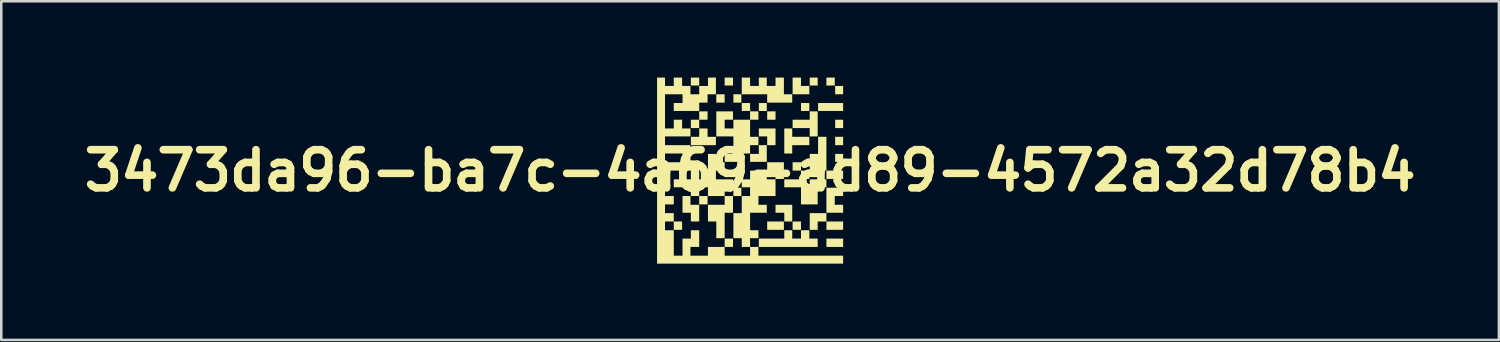
<source format=kicad_pcb>
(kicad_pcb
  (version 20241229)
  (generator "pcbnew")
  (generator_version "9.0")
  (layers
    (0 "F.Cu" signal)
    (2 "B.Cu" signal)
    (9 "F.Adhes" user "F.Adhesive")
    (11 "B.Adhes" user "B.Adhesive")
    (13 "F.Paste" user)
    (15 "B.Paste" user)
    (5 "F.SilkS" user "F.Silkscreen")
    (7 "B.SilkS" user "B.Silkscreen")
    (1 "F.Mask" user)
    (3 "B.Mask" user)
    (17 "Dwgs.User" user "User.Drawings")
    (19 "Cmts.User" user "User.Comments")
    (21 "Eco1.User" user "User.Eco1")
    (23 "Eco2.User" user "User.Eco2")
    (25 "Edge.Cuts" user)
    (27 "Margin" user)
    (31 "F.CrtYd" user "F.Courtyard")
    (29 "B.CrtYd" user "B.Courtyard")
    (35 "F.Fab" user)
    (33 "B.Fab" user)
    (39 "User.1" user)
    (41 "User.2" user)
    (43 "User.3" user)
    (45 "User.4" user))
  (footprint "3473da96-ba7c-4a69-ad89-4572a32d78b4"
    (layer "F.Cu")
    (at 26.443 3.658)
    (property "Reference" "3473da96-ba7c-4a69-ad89-4572a32d78b4" (at 0 0 0) (layer "F.SilkS") (effects (font (size 1.5 1.5) (thickness 0.3))))
    (attr board_only exclude_from_pos_files exclude_from_bom)
    (fp_poly (pts (xy -2.673 2.165) (xy -2.673 2.329) (xy -2.837 2.329) (xy -3.001 2.329) (xy -3.001 2.165) (xy -3.001 2.001) (xy -2.837 2.001) (xy -2.673 2.001)) (stroke (width 0) (type solid)) (fill yes) (layer "F.SilkS"))
    (fp_poly (pts (xy -2.001 -3.501) (xy -2.001 -3.345) (xy -2.165 -3.345) (xy -2.329 -3.345) (xy -2.329 -3.501) (xy -2.329 -3.658) (xy -2.165 -3.658) (xy -2.001 -3.658)) (stroke (width 0) (type solid)) (fill yes) (layer "F.SilkS"))
    (fp_poly (pts (xy -1.672 1.164) (xy -1.672 1.329) (xy -1.837 1.329) (xy -2.001 1.329) (xy -2.001 1.164) (xy -2.001 1) (xy -1.837 1) (xy -1.672 1)) (stroke (width 0) (type solid)) (fill yes) (layer "F.SilkS"))
    (fp_poly (pts (xy -1 -2.837) (xy -1 -2.673) (xy -1.164 -2.673) (xy -1.329 -2.673) (xy -1.329 -2.837) (xy -1.329 -3.001) (xy -1.164 -3.001) (xy -1 -3.001)) (stroke (width 0) (type solid)) (fill yes) (layer "F.SilkS"))
    (fp_poly (pts (xy -0.672 -3.501) (xy -0.672 -3.345) (xy -0.836 -3.345) (xy -1 -3.345) (xy -1 -3.501) (xy -1 -3.658) (xy -0.836 -3.658) (xy -0.672 -3.658)) (stroke (width 0) (type solid)) (fill yes) (layer "F.SilkS"))
    (fp_poly (pts (xy -0.344 -2.837) (xy -0.344 -2.673) (xy -0.5 -2.673) (xy -0.656 -2.673) (xy -0.656 -2.837) (xy -0.656 -3.001) (xy -0.5 -3.001) (xy -0.344 -3.001)) (stroke (width 0) (type solid)) (fill yes) (layer "F.SilkS"))
    (fp_poly (pts (xy -0.344 0.836) (xy -0.344 1) (xy -0.5 1) (xy -0.656 1) (xy -0.656 0.836) (xy -0.656 0.672) (xy -0.5 0.672) (xy -0.344 0.672)) (stroke (width 0) (type solid)) (fill yes) (layer "F.SilkS"))
    (fp_poly (pts (xy -0.000001 -2.501) (xy -0.000001 -2.345) (xy -0.164 -2.345) (xy -0.328 -2.345) (xy -0.328 -2.501) (xy -0.328 -2.657) (xy -0.164 -2.657) (xy -0.000001 -2.657)) (stroke (width 0) (type solid)) (fill yes) (layer "F.SilkS"))
    (fp_poly (pts (xy 0.656 -2.501) (xy 0.656 -2.345) (xy 0.5 -2.345) (xy 0.344 -2.345) (xy 0.344 -2.501) (xy 0.344 -2.657) (xy 0.5 -2.657) (xy 0.656 -2.657)) (stroke (width 0) (type solid)) (fill yes) (layer "F.SilkS"))
    (fp_poly (pts (xy 1 -2.165) (xy 1 -2.001) (xy 0.836 -2.001) (xy 0.672 -2.001) (xy 0.672 -2.165) (xy 0.672 -2.329) (xy 0.836 -2.329) (xy 1 -2.329)) (stroke (width 0) (type solid)) (fill yes) (layer "F.SilkS"))
    (fp_poly (pts (xy 1.329 2.165) (xy 1.329 2.329) (xy 1 2.329) (xy 0.672 2.329) (xy 0.672 2.165) (xy 0.672 2.001) (xy 1 2.001) (xy 1.329 2.001)) (stroke (width 0) (type solid)) (fill yes) (layer "F.SilkS"))
    (fp_poly (pts (xy 2.001 -0.164) (xy 2.001 -0.000001) (xy 1.837 -0.000001) (xy 1.672 -0.000001) (xy 1.672 -0.164) (xy 1.672 -0.328) (xy 1.837 -0.328) (xy 2.001 -0.328)) (stroke (width 0) (type solid)) (fill yes) (layer "F.SilkS"))
    (fp_poly (pts (xy 2.001 0.5) (xy 2.001 0.656) (xy 1.672 0.656) (xy 1.344 0.656) (xy 1.344 0.5) (xy 1.344 0.344) (xy 1.672 0.344) (xy 2.001 0.344)) (stroke (width 0) (type solid)) (fill yes) (layer "F.SilkS"))
    (fp_poly (pts (xy 2.001 2.165) (xy 2.001 2.329) (xy 1.837 2.329) (xy 1.672 2.329) (xy 1.672 2.165) (xy 1.672 2.001) (xy 1.837 2.001) (xy 2.001 2.001)) (stroke (width 0) (type solid)) (fill yes) (layer "F.SilkS"))
    (fp_poly (pts (xy 2.329 -2.501) (xy 2.329 -2.345) (xy 2.165 -2.345) (xy 2.001 -2.345) (xy 2.001 -2.501) (xy 2.001 -2.657) (xy 2.165 -2.657) (xy 2.329 -2.657)) (stroke (width 0) (type solid)) (fill yes) (layer "F.SilkS"))
    (fp_poly (pts (xy 2.329 0.164) (xy 2.329 0.328) (xy 2.165 0.328) (xy 2.001 0.328) (xy 2.001 0.164) (xy 2.001 -0.000001) (xy 2.165 -0.000001) (xy 2.329 -0.000001)) (stroke (width 0) (type solid)) (fill yes) (layer "F.SilkS"))
    (fp_poly (pts (xy 2.657 -3.501) (xy 2.657 -3.345) (xy 2.501 -3.345) (xy 2.345 -3.345) (xy 2.345 -3.501) (xy 2.345 -3.658) (xy 2.501 -3.658) (xy 2.657 -3.658)) (stroke (width 0) (type solid)) (fill yes) (layer "F.SilkS"))
    (fp_poly (pts (xy 3.329 -3.501) (xy 3.329 -3.345) (xy 3.165 -3.345) (xy 3.001 -3.345) (xy 3.001 -3.501) (xy 3.001 -3.658) (xy 3.165 -3.658) (xy 3.329 -3.658)) (stroke (width 0) (type solid)) (fill yes) (layer "F.SilkS"))
    (fp_poly (pts (xy 3.658 -3.165) (xy 3.658 -3.001) (xy 3.501 -3.001) (xy 3.345 -3.001) (xy 3.345 -3.165) (xy 3.345 -3.329) (xy 3.501 -3.329) (xy 3.658 -3.329)) (stroke (width 0) (type solid)) (fill yes) (layer "F.SilkS"))
    (fp_poly (pts (xy 3.658 -2.501) (xy 3.658 -2.345) (xy 3.165 -2.345) (xy 2.673 -2.345) (xy 2.673 -2.501) (xy 2.673 -2.657) (xy 3.165 -2.657) (xy 3.658 -2.657)) (stroke (width 0) (type solid)) (fill yes) (layer "F.SilkS"))
    (fp_poly (pts (xy 3.658 -1.837) (xy 3.658 -1.672) (xy 3.501 -1.672) (xy 3.345 -1.672) (xy 3.345 -1.837) (xy 3.345 -2.001) (xy 3.501 -2.001) (xy 3.658 -2.001)) (stroke (width 0) (type solid)) (fill yes) (layer "F.SilkS"))
    (fp_poly (pts (xy 3.658 -1.164) (xy 3.658 -1) (xy 3.501 -1) (xy 3.345 -1) (xy 3.345 -1.164) (xy 3.345 -1.329) (xy 3.501 -1.329) (xy 3.658 -1.329)) (stroke (width 0) (type solid)) (fill yes) (layer "F.SilkS"))
    (fp_poly (pts (xy 3.658 -0.5) (xy 3.658 -0.344) (xy 3.501 -0.344) (xy 3.345 -0.344) (xy 3.345 -0.5) (xy 3.345 -0.656) (xy 3.501 -0.656) (xy 3.658 -0.656)) (stroke (width 0) (type solid)) (fill yes) (layer "F.SilkS"))
    (fp_poly (pts (xy 3.658 0.164) (xy 3.658 0.328) (xy 3.329 0.328) (xy 3.001 0.328) (xy 3.001 0.164) (xy 3.001 -0.000001) (xy 3.329 -0.000001) (xy 3.658 -0.000001)) (stroke (width 0) (type solid)) (fill yes) (layer "F.SilkS"))
    (fp_poly (pts (xy 3.658 2.165) (xy 3.658 2.329) (xy 3.329 2.329) (xy 3.001 2.329) (xy 3.001 2.165) (xy 3.001 2.001) (xy 3.329 2.001) (xy 3.658 2.001)) (stroke (width 0) (type solid)) (fill yes) (layer "F.SilkS"))
    (fp_poly (pts (xy 3.658 2.837) (xy 3.658 3.001) (xy 3.329 3.001) (xy 3.001 3.001) (xy 3.001 2.837) (xy 3.001 2.673) (xy 3.329 2.673) (xy 3.658 2.673)) (stroke (width 0) (type solid)) (fill yes) (layer "F.SilkS"))
    (fp_poly (pts (xy 0.656 -0.672) (xy 0.656 -0.344) (xy 0.328 -0.344) (xy -0.000001 -0.344) (xy -0.000001 -0.5) (xy -0.000001 -0.656) (xy 0.172 -0.656) (xy 0.344 -0.656) (xy 0.344 -0.828) (xy 0.344 -1) (xy 0.5 -1) (xy 0.656 -1)) (stroke (width 0) (type solid)) (fill yes) (layer "F.SilkS"))
    (fp_poly (pts (xy 1 -1.329) (xy 1 -1) (xy 0.836 -1) (xy 0.672 -1) (xy 0.672 -1.172) (xy 0.672 -1.344) (xy 0.508 -1.344) (xy 0.344 -1.344) (xy 0.344 -1.501) (xy 0.344 -1.657) (xy 0.672 -1.657) (xy 1 -1.657)) (stroke (width 0) (type solid)) (fill yes) (layer "F.SilkS"))
    (fp_poly (pts (xy 1.329 -0.000001) (xy 1.329 0.328) (xy 1.164 0.328) (xy 1 0.328) (xy 1 0.164) (xy 1 -0.000001) (xy 0.836 -0.000001) (xy 0.672 -0.000001) (xy 0.672 -0.164) (xy 0.672 -0.328) (xy 1 -0.328) (xy 1.329 -0.328)) (stroke (width 0) (type solid)) (fill yes) (layer "F.SilkS"))
    (fp_poly (pts (xy 1.657 1.672) (xy 1.657 2.001) (xy 1.501 2.001) (xy 1.344 2.001) (xy 1.344 1.829) (xy 1.344 1.657) (xy 1.172 1.657) (xy 1 1.657) (xy 1 1.501) (xy 1 1.344) (xy 1.329 1.344) (xy 1.657 1.344)) (stroke (width 0) (type solid)) (fill yes) (layer "F.SilkS"))
    (fp_poly (pts (xy 2.001 -3.493) (xy 2.001 -3.329) (xy 2.165 -3.329) (xy 2.329 -3.329) (xy 2.329 -3.165) (xy 2.329 -3.001) (xy 2.001 -3.001) (xy 1.672 -3.001) (xy 1.672 -3.329) (xy 1.672 -3.658) (xy 1.837 -3.658) (xy 2.001 -3.658)) (stroke (width 0) (type solid)) (fill yes) (layer "F.SilkS"))
    (fp_poly (pts (xy 3.001 -0.664) (xy 3.001 -0.000001) (xy 2.673 -0.000001) (xy 2.345 -0.000001) (xy 2.345 -0.328) (xy 2.345 -0.656) (xy 2.509 -0.656) (xy 2.673 -0.656) (xy 2.673 -0.993) (xy 2.673 -1.329) (xy 2.837 -1.329) (xy 3.001 -1.329)) (stroke (width 0) (type solid)) (fill yes) (layer "F.SilkS"))
    (fp_poly (pts (xy 3.001 1.837) (xy 3.001 2.001) (xy 2.829 2.001) (xy 2.657 2.001) (xy 2.657 2.165) (xy 2.657 2.329) (xy 2.501 2.329) (xy 2.345 2.329) (xy 2.345 2.001) (xy 2.345 1.672) (xy 2.673 1.672) (xy 3.001 1.672)) (stroke (width 0) (type solid)) (fill yes) (layer "F.SilkS"))
    (fp_poly (pts (xy -2.345 1.172) (xy -2.345 1.344) (xy -2.173 1.344) (xy -2.001 1.344) (xy -2.001 1.672) (xy -2.001 2.001) (xy -2.165 2.001) (xy -2.329 2.001) (xy -2.329 1.829) (xy -2.329 1.657) (xy -2.493 1.657) (xy -2.657 1.657) (xy -2.657 1.329) (xy -2.657 1) (xy -2.501 1) (xy -2.345 1)) (stroke (width 0) (type solid)) (fill yes) (layer "F.SilkS"))
    (fp_poly (pts (xy -1.672 -2.165) (xy -1.672 -2.001) (xy -1.837 -2.001) (xy -2.001 -2.001) (xy -2.001 -1.837) (xy -2.001 -1.672) (xy -2.165 -1.672) (xy -2.329 -1.672) (xy -2.329 -1.837) (xy -2.329 -2.001) (xy -2.165 -2.001) (xy -2.001 -2.001) (xy -2.001 -2.165) (xy -2.001 -2.329) (xy -1.837 -2.329) (xy -1.672 -2.329)) (stroke (width 0) (type solid)) (fill yes) (layer "F.SilkS"))
    (fp_poly (pts (xy -1.672 -1.493) (xy -1.672 -1.329) (xy -1.508 -1.329) (xy -1.344 -1.329) (xy -1.344 -1.164) (xy -1.344 -1) (xy -1.837 -1) (xy -2.329 -1) (xy -2.329 -1.164) (xy -2.329 -1.329) (xy -2.165 -1.329) (xy -2.001 -1.329) (xy -2.001 -1.493) (xy -2.001 -1.657) (xy -1.837 -1.657) (xy -1.672 -1.657)) (stroke (width 0) (type solid)) (fill yes) (layer "F.SilkS"))
    (fp_poly (pts (xy 1.657 -1.493) (xy 1.657 -1.329) (xy 1.993 -1.329) (xy 2.329 -1.329) (xy 2.329 -1.164) (xy 2.329 -1) (xy 1.993 -1) (xy 1.657 -1) (xy 1.657 -0.836) (xy 1.657 -0.672) (xy 1.501 -0.672) (xy 1.344 -0.672) (xy 1.344 -1.164) (xy 1.344 -1.657) (xy 1.501 -1.657) (xy 1.657 -1.657)) (stroke (width 0) (type solid)) (fill yes) (layer "F.SilkS"))
    (fp_poly (pts (xy 2.657 -1.837) (xy 2.657 -1.344) (xy 2.501 -1.344) (xy 2.345 -1.344) (xy 2.345 -1.508) (xy 2.345 -1.672) (xy 2.009 -1.672) (xy 1.672 -1.672) (xy 1.672 -1.837) (xy 1.672 -2.001) (xy 2.009 -2.001) (xy 2.345 -2.001) (xy 2.345 -2.165) (xy 2.345 -2.329) (xy 2.501 -2.329) (xy 2.657 -2.329)) (stroke (width 0) (type solid)) (fill yes) (layer "F.SilkS"))
    (fp_poly (pts (xy 3.001 0.5) (xy 3.001 0.656) (xy 2.829 0.656) (xy 2.657 0.656) (xy 2.657 0.993) (xy 2.657 1.329) (xy 2.329 1.329) (xy 2.001 1.329) (xy 2.001 1) (xy 2.001 0.672) (xy 2.173 0.672) (xy 2.345 0.672) (xy 2.345 0.508) (xy 2.345 0.344) (xy 2.673 0.344) (xy 3.001 0.344)) (stroke (width 0) (type solid)) (fill yes) (layer "F.SilkS"))
    (fp_poly (pts (xy 3.658 0.836) (xy 3.658 1) (xy 3.493 1) (xy 3.329 1) (xy 3.329 1.172) (xy 3.329 1.344) (xy 3.493 1.344) (xy 3.658 1.344) (xy 3.658 1.501) (xy 3.658 1.657) (xy 3.329 1.657) (xy 3.001 1.657) (xy 3.001 1.164) (xy 3.001 0.672) (xy 3.329 0.672) (xy 3.658 0.672)) (stroke (width 0) (type solid)) (fill yes) (layer "F.SilkS"))
    (fp_poly (pts (xy -0.672 1.329) (xy -0.672 1.657) (xy -0.836 1.657) (xy -1 1.657) (xy -1 2.157) (xy -1 2.657) (xy -1.164 2.657) (xy -1.329 2.657) (xy -1.329 2.329) (xy -1.329 2.001) (xy -1.493 2.001) (xy -1.657 2.001) (xy -1.657 1.672) (xy -1.657 1.344) (xy -1.329 1.344) (xy -1 1.344) (xy -1 1.172) (xy -1 1) (xy -0.836 1) (xy -0.672 1)) (stroke (width 0) (type solid)) (fill yes) (layer "F.SilkS"))
    (fp_poly (pts (xy 1.657 2.509) (xy 1.657 2.673) (xy 1.829 2.673) (xy 2.001 2.673) (xy 2.001 2.509) (xy 2.001 2.345) (xy 2.165 2.345) (xy 2.329 2.345) (xy 2.329 2.509) (xy 2.329 2.673) (xy 2.493 2.673) (xy 2.657 2.673) (xy 2.657 2.837) (xy 2.657 3.001) (xy 1.501 3.001) (xy 0.344 3.001) (xy 0.344 2.837) (xy 0.344 2.673) (xy 0.844 2.673) (xy 1.344 2.673) (xy 1.344 2.509) (xy 1.344 2.345) (xy 1.501 2.345) (xy 1.657 2.345)) (stroke (width 0) (type solid)) (fill yes) (layer "F.SilkS"))
    (fp_poly (pts (xy -0.000001 -3.493) (xy -0.000001 -3.329) (xy 0.172 -3.329) (xy 0.344 -3.329) (xy 0.344 -3.493) (xy 0.344 -3.658) (xy 0.5 -3.658) (xy 0.656 -3.658) (xy 0.656 -3.493) (xy 0.656 -3.329) (xy 0.828 -3.329) (xy 1 -3.329) (xy 1 -3.493) (xy 1 -3.658) (xy 1.164 -3.658) (xy 1.329 -3.658) (xy 1.329 -3.329) (xy 1.329 -3.001) (xy 1.493 -3.001) (xy 1.657 -3.001) (xy 1.657 -2.837) (xy 1.657 -2.673) (xy 1.164 -2.673) (xy 0.672 -2.673) (xy 0.672 -2.837) (xy 0.672 -3.001) (xy 0.172 -3.001) (xy -0.328 -3.001) (xy -0.328 -3.329) (xy -0.328 -3.658) (xy -0.164 -3.658) (xy -0.000001 -3.658)) (stroke (width 0) (type solid)) (fill yes) (layer "F.SilkS"))
    (fp_poly (pts (xy -0.672 -2.165) (xy -0.672 -2.001) (xy -0.836 -2.001) (xy -1 -2.001) (xy -1 -1.829) (xy -1 -1.657) (xy -0.828 -1.657) (xy -0.656 -1.657) (xy -0.656 -1.829) (xy -0.656 -2.001) (xy -0.328 -2.001) (xy -0.000001 -2.001) (xy -0.000001 -2.165) (xy -0.000001 -2.329) (xy 0.164 -2.329) (xy 0.328 -2.329) (xy 0.328 -2.165) (xy 0.328 -2.001) (xy 0.164 -2.001) (xy -0.000001 -2.001) (xy -0.000001 -1.665) (xy -0.000001 -1.329) (xy 0.164 -1.329) (xy 0.328 -1.329) (xy 0.328 -1.164) (xy 0.328 -1) (xy 0.164 -1) (xy -0.000001 -1) (xy -0.000001 -0.836) (xy -0.000001 -0.672) (xy -0.172 -0.672) (xy -0.344 -0.672) (xy -0.344 -0.508) (xy -0.344 -0.344) (xy -0.672 -0.344) (xy -1 -0.344) (xy -1 -0.5) (xy -1 -0.656) (xy -0.828 -0.656) (xy -0.656 -0.656) (xy -0.656 -1) (xy -0.656 -1.344) (xy -0.993 -1.344) (xy -1.329 -1.344) (xy -1.329 -1.837) (xy -1.329 -2.329) (xy -1 -2.329) (xy -0.672 -2.329)) (stroke (width 0) (type solid)) (fill yes) (layer "F.SilkS"))
    (fp_poly (pts (xy 0.656 0.172) (xy 0.656 0.344) (xy 0.828 0.344) (xy 1 0.344) (xy 1 0.672) (xy 1 1) (xy 0.664 1) (xy 0.328 1) (xy 0.328 1.172) (xy 0.328 1.344) (xy 0.492 1.344) (xy 0.656 1.344) (xy 0.656 1.501) (xy 0.656 1.657) (xy 0.328 1.657) (xy -0.000001 1.657) (xy -0.000001 2.001) (xy -0.000001 2.345) (xy 0.164 2.345) (xy 0.328 2.345) (xy 0.328 2.501) (xy 0.328 2.657) (xy 0.164 2.657) (xy -0.000001 2.657) (xy -0.000001 2.829) (xy -0.000001 3.001) (xy -0.164 3.001) (xy -0.328 3.001) (xy -0.328 2.829) (xy -0.328 2.657) (xy -0.492 2.657) (xy -0.656 2.657) (xy -0.656 2.165) (xy -0.656 1.672) (xy -0.492 1.672) (xy -0.328 1.672) (xy -0.328 1.336) (xy -0.328 1) (xy -0.164 1) (xy -0.000001 1) (xy -0.000001 0.828) (xy -0.000001 0.656) (xy -0.164 0.656) (xy -0.328 0.656) (xy -0.328 0.5) (xy -0.328 0.344) (xy -0.164 0.344) (xy -0.000001 0.344) (xy -0.000001 0.172) (xy -0.000001 -0.000001) (xy 0.328 -0.000001) (xy 0.656 -0.000001)) (stroke (width 0) (type solid)) (fill yes) (layer "F.SilkS"))
    (fp_poly (pts (xy -3.345 -3.493) (xy -3.345 -3.329) (xy -3.173 -3.329) (xy -3.001 -3.329) (xy -3.001 -3.493) (xy -3.001 -3.658) (xy -2.837 -3.658) (xy -2.673 -3.658) (xy -2.673 -3.493) (xy -2.673 -3.329) (xy -2.509 -3.329) (xy -2.345 -3.329) (xy -2.345 -3.165) (xy -2.345 -3.001) (xy -2.173 -3.001) (xy -2.001 -3.001) (xy -2.001 -3.165) (xy -2.001 -3.329) (xy -1.829 -3.329) (xy -1.657 -3.329) (xy -1.657 -3.493) (xy -1.657 -3.658) (xy -1.501 -3.658) (xy -1.344 -3.658) (xy -1.344 -3.329) (xy -1.344 -3.001) (xy -1.508 -3.001) (xy -1.672 -3.001) (xy -1.672 -2.837) (xy -1.672 -2.673) (xy -1.837 -2.673) (xy -2.001 -2.673) (xy -2.001 -2.509) (xy -2.001 -2.345) (xy -2.501 -2.345) (xy -3.001 -2.345) (xy -3.001 -2.501) (xy -3.001 -2.657) (xy -2.829 -2.657) (xy -2.657 -2.657) (xy -2.657 -2.829) (xy -2.657 -3.001) (xy -3.001 -3.001) (xy -3.345 -3.001) (xy -3.345 -2.329) (xy -3.345 -1.657) (xy -3.173 -1.657) (xy -3.001 -1.657) (xy -3.001 -1.829) (xy -3.001 -2.001) (xy -2.837 -2.001) (xy -2.673 -2.001) (xy -2.673 -1.829) (xy -2.673 -1.657) (xy -2.509 -1.657) (xy -2.345 -1.657) (xy -2.345 -1.501) (xy -2.345 -1.344) (xy -2.845 -1.344) (xy -3.345 -1.344) (xy -3.345 -1.172) (xy -3.345 -1) (xy -2.845 -1) (xy -2.345 -1) (xy -2.345 -0.664) (xy -2.345 -0.328) (xy -2.173 -0.328) (xy -2.001 -0.328) (xy -2.001 0.008) (xy -2.001 0.344) (xy -1.829 0.344) (xy -1.657 0.344) (xy -1.657 -0.156) (xy -1.657 -0.656) (xy -1.501 -0.656) (xy -1.344 -0.656) (xy -1.344 -0.492) (xy -1.344 -0.328) (xy -1.172 -0.328) (xy -1 -0.328) (xy -1 -0.164) (xy -1 -0.000001) (xy -1.172 -0.000001) (xy -1.344 -0.000001) (xy -1.344 0.172) (xy -1.344 0.344) (xy -1.008 0.344) (xy -0.672 0.344) (xy -0.672 0.5) (xy -0.672 0.656) (xy -0.836 0.656) (xy -1 0.656) (xy -1 0.828) (xy -1 1) (xy -1.329 1) (xy -1.657 1) (xy -1.657 0.828) (xy -1.657 0.656) (xy -1.829 0.656) (xy -2.001 0.656) (xy -2.001 0.828) (xy -2.001 1) (xy -2.165 1) (xy -2.329 1) (xy -2.329 0.828) (xy -2.329 0.656) (xy -2.665 0.656) (xy -3.001 0.656) (xy -3.001 0.5) (xy -3.001 0.344) (xy -2.665 0.344) (xy -2.329 0.344) (xy -2.329 0.172) (xy -2.329 -0.000001) (xy -2.837 -0.000001) (xy -3.345 -0.000001) (xy -3.345 0.5) (xy -3.345 1) (xy -3.173 1) (xy -3.001 1) (xy -3.001 1.164) (xy -3.001 1.329) (xy -3.173 1.329) (xy -3.345 1.329) (xy -3.345 1.501) (xy -3.345 1.672) (xy -3.173 1.672) (xy -3.001 1.672) (xy -3.001 1.837) (xy -3.001 2.001) (xy -3.173 2.001) (xy -3.345 2.001) (xy -3.345 2.173) (xy -3.345 2.345) (xy -3.173 2.345) (xy -3.001 2.345) (xy -3.001 2.845) (xy -3.001 3.345) (xy -2.829 3.345) (xy -2.657 3.345) (xy -2.657 3.009) (xy -2.657 2.673) (xy -2.493 2.673) (xy -2.329 2.673) (xy -2.329 2.509) (xy -2.329 2.345) (xy -2.165 2.345) (xy -2.001 2.345) (xy -2.001 2.673) (xy -2.001 3.001) (xy -2.173 3.001) (xy -2.345 3.001) (xy -2.345 3.173) (xy -2.345 3.345) (xy -2.001 3.345) (xy -1.657 3.345) (xy -1.657 3.173) (xy -1.657 3.001) (xy -1.329 3.001) (xy -1 3.001) (xy -1 2.837) (xy -1 2.673) (xy -0.836 2.673) (xy -0.672 2.673) (xy -0.672 2.837) (xy -0.672 3.001) (xy -0.836 3.001) (xy -1 3.001) (xy -1 3.173) (xy -1 3.345) (xy -0.5 3.345) (xy -0.000001 3.345) (xy -0.000001 3.173) (xy -0.000001 3.001) (xy 0.164 3.001) (xy 0.328 3.001) (xy 0.328 3.173) (xy 0.328 3.345) (xy 1.993 3.345) (xy 3.658 3.345) (xy 3.658 3.501) (xy 3.658 3.658) (xy -0.000001 3.658) (xy -3.658 3.658) (xy -3.658 -0.000001) (xy -3.658 -0.5) (xy -3.345 -0.5) (xy -3.345 -0.328) (xy -3.001 -0.328) (xy -2.657 -0.328) (xy -2.657 -0.5) (xy -2.657 -0.672) (xy -3.001 -0.672) (xy -3.345 -0.672) (xy -3.345 -0.5) (xy -3.658 -0.5) (xy -3.658 -3.658) (xy -3.501 -3.658) (xy -3.345 -3.658)) (stroke (width 0) (type solid)) (fill yes) (layer "F.SilkS")))
  (gr_rect
    (start -3 -3)
    (end 55.886 10.315)
    (stroke (width 0.1) (type default))
    (fill no)
    (layer "Edge.Cuts")))
</source>
